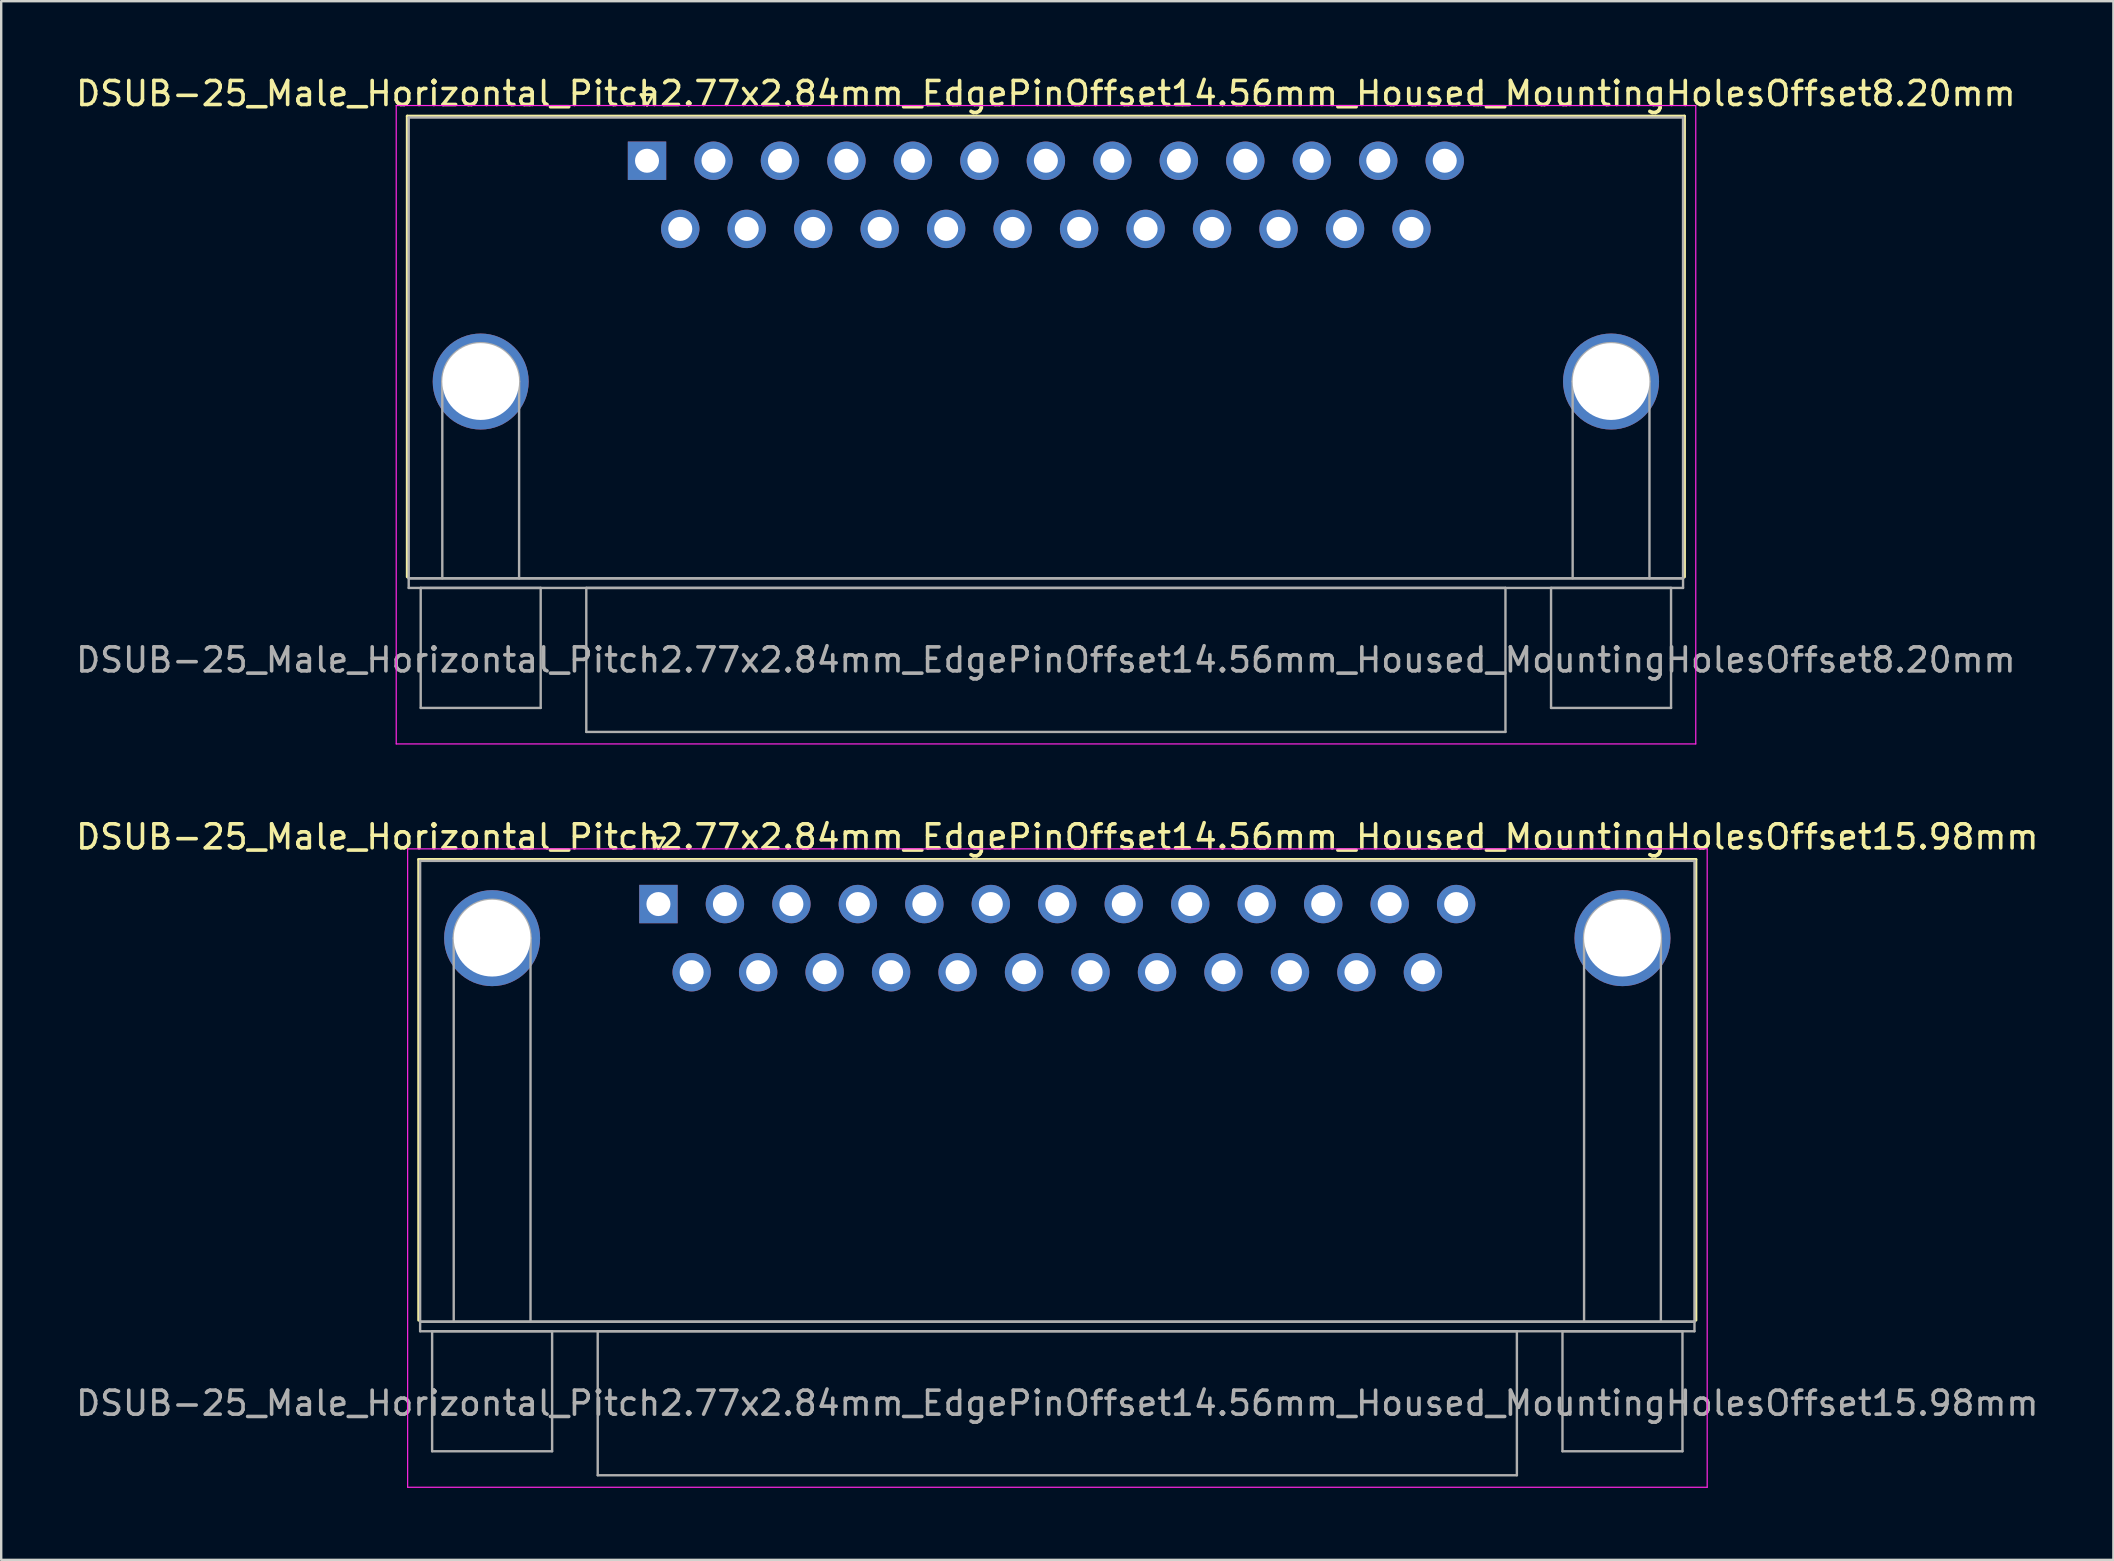
<source format=kicad_pcb>
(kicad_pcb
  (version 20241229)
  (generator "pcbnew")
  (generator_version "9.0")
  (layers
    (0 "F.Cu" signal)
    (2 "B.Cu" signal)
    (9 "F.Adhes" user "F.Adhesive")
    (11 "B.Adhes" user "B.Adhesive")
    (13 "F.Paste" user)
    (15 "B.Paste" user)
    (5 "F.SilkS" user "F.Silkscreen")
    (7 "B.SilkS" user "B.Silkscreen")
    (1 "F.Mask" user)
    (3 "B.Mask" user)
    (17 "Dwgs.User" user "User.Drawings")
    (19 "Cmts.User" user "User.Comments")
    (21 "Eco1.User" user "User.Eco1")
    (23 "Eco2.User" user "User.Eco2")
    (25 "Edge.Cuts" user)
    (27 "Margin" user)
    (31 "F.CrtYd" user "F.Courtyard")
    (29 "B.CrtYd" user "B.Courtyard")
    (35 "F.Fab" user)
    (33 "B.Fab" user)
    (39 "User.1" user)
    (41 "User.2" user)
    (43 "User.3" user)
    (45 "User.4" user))
  (footprint "DSUB-25_Male_Horizontal_Pitch2.77x2.84mm_EdgePinOffset14.56mm_Housed_MountingHolesOffset15.98mm"
    (layer "F.Cu")
    (at 24.386 34.621)
    (property "Reference" "DSUB-25_Male_Horizontal_Pitch2.77x2.84mm_EdgePinOffset14.56mm_Housed_MountingHolesOffset15.98mm" (at 16.62 -2.8 0) (layer "F.SilkS") (effects (font (size 1 1) (thickness 0.15))))
    (attr through_hole)
    (fp_line (start -9.99 -1.86) (end 43.23 -1.86) (stroke (width 0.12) (type solid)) (layer "F.SilkS"))
    (fp_line (start -9.99 17.34) (end -9.99 -1.86) (stroke (width 0.12) (type solid)) (layer "F.SilkS"))
    (fp_line (start -0.25 -2.754) (end 0.25 -2.754) (stroke (width 0.12) (type solid)) (layer "F.SilkS"))
    (fp_line (start 0 -2.321) (end -0.25 -2.754) (stroke (width 0.12) (type solid)) (layer "F.SilkS"))
    (fp_line (start 0.25 -2.754) (end 0 -2.321) (stroke (width 0.12) (type solid)) (layer "F.SilkS"))
    (fp_line (start 43.23 -1.86) (end 43.23 17.34) (stroke (width 0.12) (type solid)) (layer "F.SilkS"))
    (fp_line (start -10.45 -2.3) (end -10.45 24.3) (stroke (width 0.05) (type solid)) (layer "F.CrtYd"))
    (fp_line (start -10.45 24.3) (end 43.7 24.3) (stroke (width 0.05) (type solid)) (layer "F.CrtYd"))
    (fp_line (start 43.7 -2.3) (end -10.45 -2.3) (stroke (width 0.05) (type solid)) (layer "F.CrtYd"))
    (fp_line (start 43.7 24.3) (end 43.7 -2.3) (stroke (width 0.05) (type solid)) (layer "F.CrtYd"))
    (fp_line (start -9.93 -1.8) (end -9.93 17.4) (stroke (width 0.1) (type solid)) (layer "F.Fab"))
    (fp_line (start -9.93 17.4) (end -9.93 17.8) (stroke (width 0.1) (type solid)) (layer "F.Fab"))
    (fp_line (start -9.93 17.4) (end 43.17 17.4) (stroke (width 0.1) (type solid)) (layer "F.Fab"))
    (fp_line (start -9.93 17.8) (end 43.17 17.8) (stroke (width 0.1) (type solid)) (layer "F.Fab"))
    (fp_line (start -9.43 17.8) (end -9.43 22.8) (stroke (width 0.1) (type solid)) (layer "F.Fab"))
    (fp_line (start -9.43 22.8) (end -4.43 22.8) (stroke (width 0.1) (type solid)) (layer "F.Fab"))
    (fp_line (start -8.53 17.4) (end -8.53 1.42) (stroke (width 0.1) (type solid)) (layer "F.Fab"))
    (fp_line (start -5.33 17.4) (end -5.33 1.42) (stroke (width 0.1) (type solid)) (layer "F.Fab"))
    (fp_line (start -4.43 17.8) (end -9.43 17.8) (stroke (width 0.1) (type solid)) (layer "F.Fab"))
    (fp_line (start -4.43 22.8) (end -4.43 17.8) (stroke (width 0.1) (type solid)) (layer "F.Fab"))
    (fp_line (start -2.53 17.8) (end -2.53 23.8) (stroke (width 0.1) (type solid)) (layer "F.Fab"))
    (fp_line (start -2.53 23.8) (end 35.77 23.8) (stroke (width 0.1) (type solid)) (layer "F.Fab"))
    (fp_line (start 35.77 17.8) (end -2.53 17.8) (stroke (width 0.1) (type solid)) (layer "F.Fab"))
    (fp_line (start 35.77 23.8) (end 35.77 17.8) (stroke (width 0.1) (type solid)) (layer "F.Fab"))
    (fp_line (start 37.67 17.8) (end 37.67 22.8) (stroke (width 0.1) (type solid)) (layer "F.Fab"))
    (fp_line (start 37.67 22.8) (end 42.67 22.8) (stroke (width 0.1) (type solid)) (layer "F.Fab"))
    (fp_line (start 38.57 17.4) (end 38.57 1.42) (stroke (width 0.1) (type solid)) (layer "F.Fab"))
    (fp_line (start 41.77 17.4) (end 41.77 1.42) (stroke (width 0.1) (type solid)) (layer "F.Fab"))
    (fp_line (start 42.67 17.8) (end 37.67 17.8) (stroke (width 0.1) (type solid)) (layer "F.Fab"))
    (fp_line (start 42.67 22.8) (end 42.67 17.8) (stroke (width 0.1) (type solid)) (layer "F.Fab"))
    (fp_line (start 43.17 -1.8) (end -9.93 -1.8) (stroke (width 0.1) (type solid)) (layer "F.Fab"))
    (fp_line (start 43.17 17.4) (end -9.93 17.4) (stroke (width 0.1) (type solid)) (layer "F.Fab"))
    (fp_line (start 43.17 17.4) (end 43.17 -1.8) (stroke (width 0.1) (type solid)) (layer "F.Fab"))
    (fp_line (start 43.17 17.8) (end 43.17 17.4) (stroke (width 0.1) (type solid)) (layer "F.Fab"))
    (fp_arc (start -8.53 1.42) (mid -6.93 -0.18) (end -5.33 1.42) (stroke (width 0.1) (type solid)) (layer "F.Fab"))
    (fp_arc (start 38.57 1.42) (mid 40.17 -0.18) (end 41.77 1.42) (stroke (width 0.1) (type solid)) (layer "F.Fab"))
    (fp_text user "${REFERENCE}" (at 16.62 20.8 0) (layer "F.Fab") (effects (font (size 1 1) (thickness 0.15))))
    (pad "0" thru_hole circle (at -6.93 1.42) (size 4 4) (drill 3.2) (layers "*.Cu" "*.Mask"))
    (pad "0" thru_hole circle (at 40.17 1.42) (size 4 4) (drill 3.2) (layers "*.Cu" "*.Mask"))
    (pad "1" thru_hole rect (at 0 0) (size 1.6 1.6) (drill 1) (layers "*.Cu" "*.Mask"))
    (pad "2" thru_hole circle (at 2.77 0) (size 1.6 1.6) (drill 1) (layers "*.Cu" "*.Mask"))
    (pad "3" thru_hole circle (at 5.54 0) (size 1.6 1.6) (drill 1) (layers "*.Cu" "*.Mask"))
    (pad "4" thru_hole circle (at 8.31 0) (size 1.6 1.6) (drill 1) (layers "*.Cu" "*.Mask"))
    (pad "5" thru_hole circle (at 11.08 0) (size 1.6 1.6) (drill 1) (layers "*.Cu" "*.Mask"))
    (pad "6" thru_hole circle (at 13.85 0) (size 1.6 1.6) (drill 1) (layers "*.Cu" "*.Mask"))
    (pad "7" thru_hole circle (at 16.62 0) (size 1.6 1.6) (drill 1) (layers "*.Cu" "*.Mask"))
    (pad "8" thru_hole circle (at 19.39 0) (size 1.6 1.6) (drill 1) (layers "*.Cu" "*.Mask"))
    (pad "9" thru_hole circle (at 22.16 0) (size 1.6 1.6) (drill 1) (layers "*.Cu" "*.Mask"))
    (pad "10" thru_hole circle (at 24.93 0) (size 1.6 1.6) (drill 1) (layers "*.Cu" "*.Mask"))
    (pad "11" thru_hole circle (at 27.7 0) (size 1.6 1.6) (drill 1) (layers "*.Cu" "*.Mask"))
    (pad "12" thru_hole circle (at 30.47 0) (size 1.6 1.6) (drill 1) (layers "*.Cu" "*.Mask"))
    (pad "13" thru_hole circle (at 33.24 0) (size 1.6 1.6) (drill 1) (layers "*.Cu" "*.Mask"))
    (pad "14" thru_hole circle (at 1.385 2.84) (size 1.6 1.6) (drill 1) (layers "*.Cu" "*.Mask"))
    (pad "15" thru_hole circle (at 4.155 2.84) (size 1.6 1.6) (drill 1) (layers "*.Cu" "*.Mask"))
    (pad "16" thru_hole circle (at 6.925 2.84) (size 1.6 1.6) (drill 1) (layers "*.Cu" "*.Mask"))
    (pad "17" thru_hole circle (at 9.695 2.84) (size 1.6 1.6) (drill 1) (layers "*.Cu" "*.Mask"))
    (pad "18" thru_hole circle (at 12.465 2.84) (size 1.6 1.6) (drill 1) (layers "*.Cu" "*.Mask"))
    (pad "19" thru_hole circle (at 15.235 2.84) (size 1.6 1.6) (drill 1) (layers "*.Cu" "*.Mask"))
    (pad "20" thru_hole circle (at 18.005 2.84) (size 1.6 1.6) (drill 1) (layers "*.Cu" "*.Mask"))
    (pad "21" thru_hole circle (at 20.775 2.84) (size 1.6 1.6) (drill 1) (layers "*.Cu" "*.Mask"))
    (pad "22" thru_hole circle (at 23.545 2.84) (size 1.6 1.6) (drill 1) (layers "*.Cu" "*.Mask"))
    (pad "23" thru_hole circle (at 26.315 2.84) (size 1.6 1.6) (drill 1) (layers "*.Cu" "*.Mask"))
    (pad "24" thru_hole circle (at 29.085 2.84) (size 1.6 1.6) (drill 1) (layers "*.Cu" "*.Mask"))
    (pad "25" thru_hole circle (at 31.855 2.84) (size 1.6 1.6) (drill 1) (layers "*.Cu" "*.Mask")))
  (footprint "DSUB-25_Male_Horizontal_Pitch2.77x2.84mm_EdgePinOffset14.56mm_Housed_MountingHolesOffset8.20mm"
    (layer "F.Cu")
    (at 23.91 3.648)
    (property "Reference" "DSUB-25_Male_Horizontal_Pitch2.77x2.84mm_EdgePinOffset14.56mm_Housed_MountingHolesOffset8.20mm" (at 16.62 -2.8 0) (layer "F.SilkS") (effects (font (size 1 1) (thickness 0.15))))
    (attr through_hole)
    (fp_line (start -9.99 -1.86) (end 43.23 -1.86) (stroke (width 0.12) (type solid)) (layer "F.SilkS"))
    (fp_line (start -9.99 17.34) (end -9.99 -1.86) (stroke (width 0.12) (type solid)) (layer "F.SilkS"))
    (fp_line (start -0.25 -2.754) (end 0.25 -2.754) (stroke (width 0.12) (type solid)) (layer "F.SilkS"))
    (fp_line (start 0 -2.321) (end -0.25 -2.754) (stroke (width 0.12) (type solid)) (layer "F.SilkS"))
    (fp_line (start 0.25 -2.754) (end 0 -2.321) (stroke (width 0.12) (type solid)) (layer "F.SilkS"))
    (fp_line (start 43.23 -1.86) (end 43.23 17.34) (stroke (width 0.12) (type solid)) (layer "F.SilkS"))
    (fp_line (start -10.45 -2.3) (end -10.45 24.3) (stroke (width 0.05) (type solid)) (layer "F.CrtYd"))
    (fp_line (start -10.45 24.3) (end 43.7 24.3) (stroke (width 0.05) (type solid)) (layer "F.CrtYd"))
    (fp_line (start 43.7 -2.3) (end -10.45 -2.3) (stroke (width 0.05) (type solid)) (layer "F.CrtYd"))
    (fp_line (start 43.7 24.3) (end 43.7 -2.3) (stroke (width 0.05) (type solid)) (layer "F.CrtYd"))
    (fp_line (start -9.93 -1.8) (end -9.93 17.4) (stroke (width 0.1) (type solid)) (layer "F.Fab"))
    (fp_line (start -9.93 17.4) (end -9.93 17.8) (stroke (width 0.1) (type solid)) (layer "F.Fab"))
    (fp_line (start -9.93 17.4) (end 43.17 17.4) (stroke (width 0.1) (type solid)) (layer "F.Fab"))
    (fp_line (start -9.93 17.8) (end 43.17 17.8) (stroke (width 0.1) (type solid)) (layer "F.Fab"))
    (fp_line (start -9.43 17.8) (end -9.43 22.8) (stroke (width 0.1) (type solid)) (layer "F.Fab"))
    (fp_line (start -9.43 22.8) (end -4.43 22.8) (stroke (width 0.1) (type solid)) (layer "F.Fab"))
    (fp_line (start -8.53 17.4) (end -8.53 9.2) (stroke (width 0.1) (type solid)) (layer "F.Fab"))
    (fp_line (start -5.33 17.4) (end -5.33 9.2) (stroke (width 0.1) (type solid)) (layer "F.Fab"))
    (fp_line (start -4.43 17.8) (end -9.43 17.8) (stroke (width 0.1) (type solid)) (layer "F.Fab"))
    (fp_line (start -4.43 22.8) (end -4.43 17.8) (stroke (width 0.1) (type solid)) (layer "F.Fab"))
    (fp_line (start -2.53 17.8) (end -2.53 23.8) (stroke (width 0.1) (type solid)) (layer "F.Fab"))
    (fp_line (start -2.53 23.8) (end 35.77 23.8) (stroke (width 0.1) (type solid)) (layer "F.Fab"))
    (fp_line (start 35.77 17.8) (end -2.53 17.8) (stroke (width 0.1) (type solid)) (layer "F.Fab"))
    (fp_line (start 35.77 23.8) (end 35.77 17.8) (stroke (width 0.1) (type solid)) (layer "F.Fab"))
    (fp_line (start 37.67 17.8) (end 37.67 22.8) (stroke (width 0.1) (type solid)) (layer "F.Fab"))
    (fp_line (start 37.67 22.8) (end 42.67 22.8) (stroke (width 0.1) (type solid)) (layer "F.Fab"))
    (fp_line (start 38.57 17.4) (end 38.57 9.2) (stroke (width 0.1) (type solid)) (layer "F.Fab"))
    (fp_line (start 41.77 17.4) (end 41.77 9.2) (stroke (width 0.1) (type solid)) (layer "F.Fab"))
    (fp_line (start 42.67 17.8) (end 37.67 17.8) (stroke (width 0.1) (type solid)) (layer "F.Fab"))
    (fp_line (start 42.67 22.8) (end 42.67 17.8) (stroke (width 0.1) (type solid)) (layer "F.Fab"))
    (fp_line (start 43.17 -1.8) (end -9.93 -1.8) (stroke (width 0.1) (type solid)) (layer "F.Fab"))
    (fp_line (start 43.17 17.4) (end -9.93 17.4) (stroke (width 0.1) (type solid)) (layer "F.Fab"))
    (fp_line (start 43.17 17.4) (end 43.17 -1.8) (stroke (width 0.1) (type solid)) (layer "F.Fab"))
    (fp_line (start 43.17 17.8) (end 43.17 17.4) (stroke (width 0.1) (type solid)) (layer "F.Fab"))
    (fp_arc (start -8.53 9.2) (mid -6.93 7.6) (end -5.33 9.2) (stroke (width 0.1) (type solid)) (layer "F.Fab"))
    (fp_arc (start 38.57 9.2) (mid 40.17 7.6) (end 41.77 9.2) (stroke (width 0.1) (type solid)) (layer "F.Fab"))
    (fp_text user "${REFERENCE}" (at 16.62 20.8 0) (layer "F.Fab") (effects (font (size 1 1) (thickness 0.15))))
    (pad "0" thru_hole circle (at -6.93 9.2) (size 4 4) (drill 3.2) (layers "*.Cu" "*.Mask"))
    (pad "0" thru_hole circle (at 40.17 9.2) (size 4 4) (drill 3.2) (layers "*.Cu" "*.Mask"))
    (pad "1" thru_hole rect (at 0 0) (size 1.6 1.6) (drill 1) (layers "*.Cu" "*.Mask"))
    (pad "2" thru_hole circle (at 2.77 0) (size 1.6 1.6) (drill 1) (layers "*.Cu" "*.Mask"))
    (pad "3" thru_hole circle (at 5.54 0) (size 1.6 1.6) (drill 1) (layers "*.Cu" "*.Mask"))
    (pad "4" thru_hole circle (at 8.31 0) (size 1.6 1.6) (drill 1) (layers "*.Cu" "*.Mask"))
    (pad "5" thru_hole circle (at 11.08 0) (size 1.6 1.6) (drill 1) (layers "*.Cu" "*.Mask"))
    (pad "6" thru_hole circle (at 13.85 0) (size 1.6 1.6) (drill 1) (layers "*.Cu" "*.Mask"))
    (pad "7" thru_hole circle (at 16.62 0) (size 1.6 1.6) (drill 1) (layers "*.Cu" "*.Mask"))
    (pad "8" thru_hole circle (at 19.39 0) (size 1.6 1.6) (drill 1) (layers "*.Cu" "*.Mask"))
    (pad "9" thru_hole circle (at 22.16 0) (size 1.6 1.6) (drill 1) (layers "*.Cu" "*.Mask"))
    (pad "10" thru_hole circle (at 24.93 0) (size 1.6 1.6) (drill 1) (layers "*.Cu" "*.Mask"))
    (pad "11" thru_hole circle (at 27.7 0) (size 1.6 1.6) (drill 1) (layers "*.Cu" "*.Mask"))
    (pad "12" thru_hole circle (at 30.47 0) (size 1.6 1.6) (drill 1) (layers "*.Cu" "*.Mask"))
    (pad "13" thru_hole circle (at 33.24 0) (size 1.6 1.6) (drill 1) (layers "*.Cu" "*.Mask"))
    (pad "14" thru_hole circle (at 1.385 2.84) (size 1.6 1.6) (drill 1) (layers "*.Cu" "*.Mask"))
    (pad "15" thru_hole circle (at 4.155 2.84) (size 1.6 1.6) (drill 1) (layers "*.Cu" "*.Mask"))
    (pad "16" thru_hole circle (at 6.925 2.84) (size 1.6 1.6) (drill 1) (layers "*.Cu" "*.Mask"))
    (pad "17" thru_hole circle (at 9.695 2.84) (size 1.6 1.6) (drill 1) (layers "*.Cu" "*.Mask"))
    (pad "18" thru_hole circle (at 12.465 2.84) (size 1.6 1.6) (drill 1) (layers "*.Cu" "*.Mask"))
    (pad "19" thru_hole circle (at 15.235 2.84) (size 1.6 1.6) (drill 1) (layers "*.Cu" "*.Mask"))
    (pad "20" thru_hole circle (at 18.005 2.84) (size 1.6 1.6) (drill 1) (layers "*.Cu" "*.Mask"))
    (pad "21" thru_hole circle (at 20.775 2.84) (size 1.6 1.6) (drill 1) (layers "*.Cu" "*.Mask"))
    (pad "22" thru_hole circle (at 23.545 2.84) (size 1.6 1.6) (drill 1) (layers "*.Cu" "*.Mask"))
    (pad "23" thru_hole circle (at 26.315 2.84) (size 1.6 1.6) (drill 1) (layers "*.Cu" "*.Mask"))
    (pad "24" thru_hole circle (at 29.085 2.84) (size 1.6 1.6) (drill 1) (layers "*.Cu" "*.Mask"))
    (pad "25" thru_hole circle (at 31.855 2.84) (size 1.6 1.6) (drill 1) (layers "*.Cu" "*.Mask")))
  (gr_rect
    (start -3 -3)
    (end 85.012 61.947)
    (stroke (width 0.1) (type default))
    (fill no)
    (layer "Edge.Cuts")))
</source>
